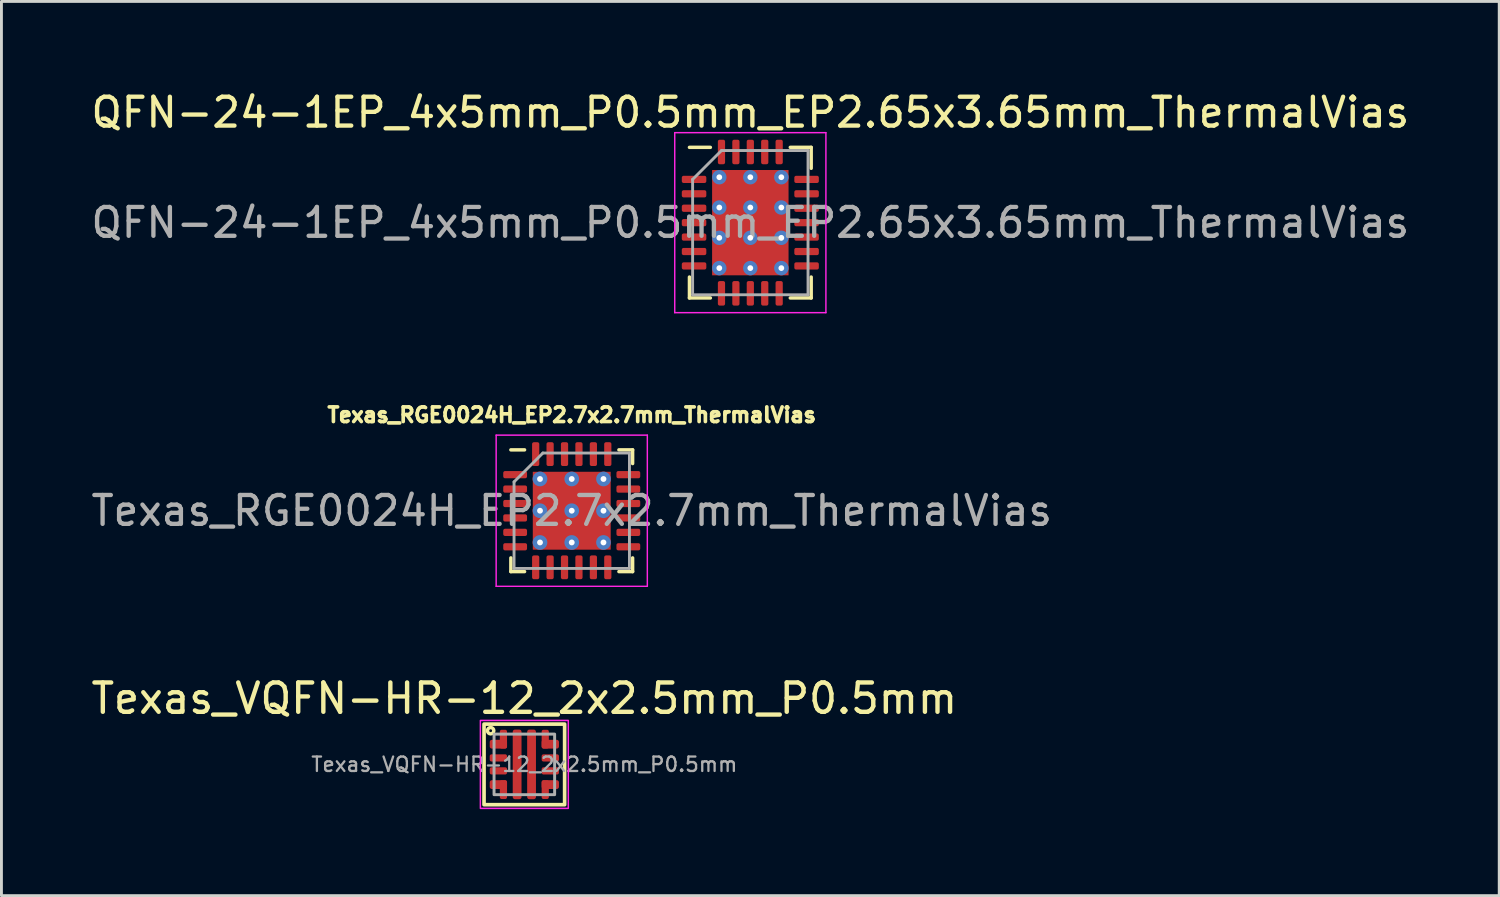
<source format=kicad_pcb>
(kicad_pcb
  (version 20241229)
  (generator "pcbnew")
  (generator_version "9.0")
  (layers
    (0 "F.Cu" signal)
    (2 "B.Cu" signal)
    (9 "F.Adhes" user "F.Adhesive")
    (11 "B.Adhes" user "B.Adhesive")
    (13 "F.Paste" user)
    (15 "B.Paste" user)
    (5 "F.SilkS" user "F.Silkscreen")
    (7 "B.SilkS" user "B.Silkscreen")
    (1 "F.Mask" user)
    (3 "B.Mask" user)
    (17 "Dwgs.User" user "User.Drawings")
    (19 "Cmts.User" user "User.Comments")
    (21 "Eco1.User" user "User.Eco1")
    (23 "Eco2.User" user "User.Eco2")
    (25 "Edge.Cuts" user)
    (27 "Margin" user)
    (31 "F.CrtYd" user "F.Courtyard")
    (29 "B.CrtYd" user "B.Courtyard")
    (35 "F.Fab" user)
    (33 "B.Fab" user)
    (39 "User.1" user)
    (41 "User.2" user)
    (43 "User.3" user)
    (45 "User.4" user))
  (footprint "QFN-24-1EP_4x5mm_P0.5mm_EP2.65x3.65mm_ThermalVias"
    (layer "F.Cu")
    (at 22.958 4.668)
    (property "Reference" "QFN-24-1EP_4x5mm_P0.5mm_EP2.65x3.65mm_ThermalVias" (at 0 -3.82 0) (layer "F.SilkS") (effects (font (size 1 1) (thickness 0.15))))
    (attr smd)
    (fp_line (start -2.11 2.61) (end -2.11 1.885) (stroke (width 0.12) (type solid)) (layer "F.SilkS"))
    (fp_line (start -1.385 -2.61) (end -2.11 -2.61) (stroke (width 0.12) (type solid)) (layer "F.SilkS"))
    (fp_line (start -1.385 2.61) (end -2.11 2.61) (stroke (width 0.12) (type solid)) (layer "F.SilkS"))
    (fp_line (start 1.385 -2.61) (end 2.11 -2.61) (stroke (width 0.12) (type solid)) (layer "F.SilkS"))
    (fp_line (start 1.385 2.61) (end 2.11 2.61) (stroke (width 0.12) (type solid)) (layer "F.SilkS"))
    (fp_line (start 2.11 -2.61) (end 2.11 -1.885) (stroke (width 0.12) (type solid)) (layer "F.SilkS"))
    (fp_line (start 2.11 2.61) (end 2.11 1.885) (stroke (width 0.12) (type solid)) (layer "F.SilkS"))
    (fp_line (start -2.62 -3.12) (end -2.62 3.12) (stroke (width 0.05) (type solid)) (layer "F.CrtYd"))
    (fp_line (start -2.62 3.12) (end 2.62 3.12) (stroke (width 0.05) (type solid)) (layer "F.CrtYd"))
    (fp_line (start 2.62 -3.12) (end -2.62 -3.12) (stroke (width 0.05) (type solid)) (layer "F.CrtYd"))
    (fp_line (start 2.62 3.12) (end 2.62 -3.12) (stroke (width 0.05) (type solid)) (layer "F.CrtYd"))
    (fp_line (start -2 -1.5) (end -1 -2.5) (stroke (width 0.1) (type solid)) (layer "F.Fab"))
    (fp_line (start -2 2.5) (end -2 -1.5) (stroke (width 0.1) (type solid)) (layer "F.Fab"))
    (fp_line (start -1 -2.5) (end 2 -2.5) (stroke (width 0.1) (type solid)) (layer "F.Fab"))
    (fp_line (start 2 -2.5) (end 2 2.5) (stroke (width 0.1) (type solid)) (layer "F.Fab"))
    (fp_line (start 2 2.5) (end -2 2.5) (stroke (width 0.1) (type solid)) (layer "F.Fab"))
    (fp_text user "${REFERENCE}" (at 0 0 0) (layer "F.Fab") (effects (font (size 1 1) (thickness 0.15))))
    (pad "" smd roundrect (at -0.66 -1.22) (size 1.15 1.05) (layers "F.Paste") (roundrect_rratio 0.238))
    (pad "" smd roundrect (at -0.66 0) (size 1.15 1.05) (layers "F.Paste") (roundrect_rratio 0.238))
    (pad "" smd roundrect (at -0.66 1.22) (size 1.15 1.05) (layers "F.Paste") (roundrect_rratio 0.238))
    (pad "" smd roundrect (at 0.66 -1.22) (size 1.15 1.05) (layers "F.Paste") (roundrect_rratio 0.238))
    (pad "" smd roundrect (at 0.66 0) (size 1.15 1.05) (layers "F.Paste") (roundrect_rratio 0.238))
    (pad "" smd roundrect (at 0.66 1.22) (size 1.15 1.05) (layers "F.Paste") (roundrect_rratio 0.238))
    (pad "1" smd roundrect (at -1.95 -1.5) (size 0.85 0.25) (layers "F.Cu" "F.Mask" "F.Paste") (roundrect_rratio 0.25))
    (pad "2" smd roundrect (at -1.95 -1) (size 0.85 0.25) (layers "F.Cu" "F.Mask" "F.Paste") (roundrect_rratio 0.25))
    (pad "3" smd roundrect (at -1.95 -0.5) (size 0.85 0.25) (layers "F.Cu" "F.Mask" "F.Paste") (roundrect_rratio 0.25))
    (pad "4" smd roundrect (at -1.95 0) (size 0.85 0.25) (layers "F.Cu" "F.Mask" "F.Paste") (roundrect_rratio 0.25))
    (pad "5" smd roundrect (at -1.95 0.5) (size 0.85 0.25) (layers "F.Cu" "F.Mask" "F.Paste") (roundrect_rratio 0.25))
    (pad "6" smd roundrect (at -1.95 1) (size 0.85 0.25) (layers "F.Cu" "F.Mask" "F.Paste") (roundrect_rratio 0.25))
    (pad "7" smd roundrect (at -1.95 1.5) (size 0.85 0.25) (layers "F.Cu" "F.Mask" "F.Paste") (roundrect_rratio 0.25))
    (pad "8" smd roundrect (at -1 2.45) (size 0.25 0.85) (layers "F.Cu" "F.Mask" "F.Paste") (roundrect_rratio 0.25))
    (pad "9" smd roundrect (at -0.5 2.45) (size 0.25 0.85) (layers "F.Cu" "F.Mask" "F.Paste") (roundrect_rratio 0.25))
    (pad "10" smd roundrect (at 0 2.45) (size 0.25 0.85) (layers "F.Cu" "F.Mask" "F.Paste") (roundrect_rratio 0.25))
    (pad "11" smd roundrect (at 0.5 2.45) (size 0.25 0.85) (layers "F.Cu" "F.Mask" "F.Paste") (roundrect_rratio 0.25))
    (pad "12" smd roundrect (at 1 2.45) (size 0.25 0.85) (layers "F.Cu" "F.Mask" "F.Paste") (roundrect_rratio 0.25))
    (pad "13" smd roundrect (at 1.95 1.5) (size 0.85 0.25) (layers "F.Cu" "F.Mask" "F.Paste") (roundrect_rratio 0.25))
    (pad "14" smd roundrect (at 1.95 1) (size 0.85 0.25) (layers "F.Cu" "F.Mask" "F.Paste") (roundrect_rratio 0.25))
    (pad "15" smd roundrect (at 1.95 0.5) (size 0.85 0.25) (layers "F.Cu" "F.Mask" "F.Paste") (roundrect_rratio 0.25))
    (pad "16" smd roundrect (at 1.95 0) (size 0.85 0.25) (layers "F.Cu" "F.Mask" "F.Paste") (roundrect_rratio 0.25))
    (pad "17" smd roundrect (at 1.95 -0.5) (size 0.85 0.25) (layers "F.Cu" "F.Mask" "F.Paste") (roundrect_rratio 0.25))
    (pad "18" smd roundrect (at 1.95 -1) (size 0.85 0.25) (layers "F.Cu" "F.Mask" "F.Paste") (roundrect_rratio 0.25))
    (pad "19" smd roundrect (at 1.95 -1.5) (size 0.85 0.25) (layers "F.Cu" "F.Mask" "F.Paste") (roundrect_rratio 0.25))
    (pad "20" smd roundrect (at 1 -2.45) (size 0.25 0.85) (layers "F.Cu" "F.Mask" "F.Paste") (roundrect_rratio 0.25))
    (pad "21" smd roundrect (at 0.5 -2.45) (size 0.25 0.85) (layers "F.Cu" "F.Mask" "F.Paste") (roundrect_rratio 0.25))
    (pad "22" smd roundrect (at 0 -2.45) (size 0.25 0.85) (layers "F.Cu" "F.Mask" "F.Paste") (roundrect_rratio 0.25))
    (pad "23" smd roundrect (at -0.5 -2.45) (size 0.25 0.85) (layers "F.Cu" "F.Mask" "F.Paste") (roundrect_rratio 0.25))
    (pad "24" smd roundrect (at -1 -2.45) (size 0.25 0.85) (layers "F.Cu" "F.Mask" "F.Paste") (roundrect_rratio 0.25))
    (pad "25" thru_hole circle (at -1.075 -1.575) (size 0.5 0.5) (drill 0.2) (layers "*.Cu"))
    (pad "25" thru_hole circle (at -1.075 -0.525) (size 0.5 0.5) (drill 0.2) (layers "*.Cu"))
    (pad "25" thru_hole circle (at -1.075 0.525) (size 0.5 0.5) (drill 0.2) (layers "*.Cu"))
    (pad "25" thru_hole circle (at -1.075 1.575) (size 0.5 0.5) (drill 0.2) (layers "*.Cu"))
    (pad "25" thru_hole circle (at 0 -1.575) (size 0.5 0.5) (drill 0.2) (layers "*.Cu"))
    (pad "25" thru_hole circle (at 0 -0.525) (size 0.5 0.5) (drill 0.2) (layers "*.Cu"))
    (pad "25" smd rect (at 0 0) (size 2.65 3.65) (layers "F.Cu" "F.Mask"))
    (pad "25" thru_hole circle (at 0 0.525) (size 0.5 0.5) (drill 0.2) (layers "*.Cu"))
    (pad "25" thru_hole circle (at 0 1.575) (size 0.5 0.5) (drill 0.2) (layers "*.Cu"))
    (pad "25" thru_hole circle (at 1.075 -1.575) (size 0.5 0.5) (drill 0.2) (layers "*.Cu"))
    (pad "25" thru_hole circle (at 1.075 -0.525) (size 0.5 0.5) (drill 0.2) (layers "*.Cu"))
    (pad "25" thru_hole circle (at 1.075 0.525) (size 0.5 0.5) (drill 0.2) (layers "*.Cu"))
    (pad "25" thru_hole circle (at 1.075 1.575) (size 0.5 0.5) (drill 0.2) (layers "*.Cu")))
  (footprint "Texas_VQFN-HR-12_2x2.5mm_P0.5mm"
    (layer "F.Cu")
    (at 15.125 23.446)
    (property "Reference" "Texas_VQFN-HR-12_2x2.5mm_P0.5mm" (at 0 -2.286 0) (layer "F.SilkS") (effects (font (size 1.016 1.016) (thickness 0.152))))
    (attr smd)
    (fp_rect (start -1.397 -1.397) (end 1.397 1.397) (stroke (width 0.127) (type default)) (fill no) (layer "F.SilkS"))
    (fp_circle (center -1.168 -1.168) (end -1.118 -1.168) (stroke (width 0.12) (type solid)) (fill no) (layer "F.SilkS"))
    (fp_rect (start -1.524 -1.524) (end 1.524 1.524) (stroke (width 0.051) (type default)) (fill no) (layer "F.CrtYd"))
    (fp_rect (start -1.05 -1.05) (end 1.05 1.05) (stroke (width 0.102) (type default)) (fill no) (layer "F.Fab"))
    (fp_text user "${REFERENCE}" (at 0 0 180) (layer "F.Fab") (effects (font (size 0.5 0.5) (thickness 0.08))))
    (pad "1" smd roundrect (at -0.9 -0.7) (size 0.6 0.305) (layers "F.Cu" "F.Mask" "F.Paste") (roundrect_rratio 0.25))
    (pad "1" smd roundrect (at -0.725 -0.875) (size 0.25 0.65) (layers "F.Cu" "F.Mask" "F.Paste") (roundrect_rratio 0.25))
    (pad "2" smd roundrect (at -0.9 -0.225) (size 0.6 0.25) (layers "F.Cu" "F.Mask" "F.Paste") (roundrect_rratio 0.25))
    (pad "3" smd roundrect (at -0.9 0.225) (size 0.6 0.25) (layers "F.Cu" "F.Mask" "F.Paste") (roundrect_rratio 0.25))
    (pad "4" smd roundrect (at -0.9 0.7) (size 0.6 0.305) (layers "F.Cu" "F.Mask" "F.Paste") (roundrect_rratio 0.25))
    (pad "4" smd roundrect (at -0.725 0.875) (size 0.25 0.65) (layers "F.Cu" "F.Mask" "F.Paste") (roundrect_rratio 0.25))
    (pad "5" smd roundrect (at -0.25 0) (size 0.305 2.413) (layers "F.Cu" "F.Mask" "F.Paste") (roundrect_rratio 0.25))
    (pad "6" smd roundrect (at 0.25 0) (size 0.305 2.413) (layers "F.Cu" "F.Mask" "F.Paste") (roundrect_rratio 0.25))
    (pad "7" smd roundrect (at 0.725 0.875) (size 0.25 0.65) (layers "F.Cu" "F.Mask" "F.Paste") (roundrect_rratio 0.25))
    (pad "7" smd roundrect (at 0.9 0.7) (size 0.6 0.305) (layers "F.Cu" "F.Mask" "F.Paste") (roundrect_rratio 0.25))
    (pad "8" smd roundrect (at 0.9 0.225) (size 0.6 0.25) (layers "F.Cu" "F.Mask" "F.Paste") (roundrect_rratio 0.25))
    (pad "9" smd roundrect (at 0.9 -0.225) (size 0.6 0.25) (layers "F.Cu" "F.Mask" "F.Paste") (roundrect_rratio 0.25))
    (pad "10" smd roundrect (at 0.725 -0.875) (size 0.25 0.65) (layers "F.Cu" "F.Mask" "F.Paste") (roundrect_rratio 0.25))
    (pad "10" smd roundrect (at 0.9 -0.7) (size 0.6 0.305) (layers "F.Cu" "F.Mask" "F.Paste") (roundrect_rratio 0.25)))
  (footprint "Texas_RGE0024H_EP2.7x2.7mm_ThermalVias"
    (layer "F.Cu")
    (at 16.768 14.653)
    (property "Reference" "Texas_RGE0024H_EP2.7x2.7mm_ThermalVias" (at 0 -3.32 0) (layer "F.SilkS") (effects (font (size 0.508 0.508) (thickness 0.127))))
    (attr smd)
    (fp_line (start -2.11 2.11) (end -2.11 1.635) (stroke (width 0.12) (type solid)) (layer "F.SilkS"))
    (fp_line (start -1.635 -2.11) (end -2.11 -2.11) (stroke (width 0.12) (type solid)) (layer "F.SilkS"))
    (fp_line (start -1.635 2.11) (end -2.11 2.11) (stroke (width 0.12) (type solid)) (layer "F.SilkS"))
    (fp_line (start 1.635 -2.11) (end 2.11 -2.11) (stroke (width 0.12) (type solid)) (layer "F.SilkS"))
    (fp_line (start 1.635 2.11) (end 2.11 2.11) (stroke (width 0.12) (type solid)) (layer "F.SilkS"))
    (fp_line (start 2.11 -2.11) (end 2.11 -1.635) (stroke (width 0.12) (type solid)) (layer "F.SilkS"))
    (fp_line (start 2.11 2.11) (end 2.11 1.635) (stroke (width 0.12) (type solid)) (layer "F.SilkS"))
    (fp_line (start -2.62 -2.62) (end -2.62 2.62) (stroke (width 0.05) (type solid)) (layer "F.CrtYd"))
    (fp_line (start -2.62 2.62) (end 2.62 2.62) (stroke (width 0.05) (type solid)) (layer "F.CrtYd"))
    (fp_line (start 2.62 -2.62) (end -2.62 -2.62) (stroke (width 0.05) (type solid)) (layer "F.CrtYd"))
    (fp_line (start 2.62 2.62) (end 2.62 -2.62) (stroke (width 0.05) (type solid)) (layer "F.CrtYd"))
    (fp_line (start -2 -1) (end -1 -2) (stroke (width 0.1) (type solid)) (layer "F.Fab"))
    (fp_line (start -2 2) (end -2 -1) (stroke (width 0.1) (type solid)) (layer "F.Fab"))
    (fp_line (start -1 -2) (end 2 -2) (stroke (width 0.1) (type solid)) (layer "F.Fab"))
    (fp_line (start 2 -2) (end 2 2) (stroke (width 0.1) (type solid)) (layer "F.Fab"))
    (fp_line (start 2 2) (end -2 2) (stroke (width 0.1) (type solid)) (layer "F.Fab"))
    (fp_text user "${REFERENCE}" (at 0 0 0) (layer "F.Fab") (effects (font (size 1 1) (thickness 0.15))))
    (pad "" smd roundrect (at -0.675 -0.675) (size 1.17 1.17) (layers "F.Paste") (roundrect_rratio 0.214))
    (pad "" smd roundrect (at -0.675 0.675) (size 1.17 1.17) (layers "F.Paste") (roundrect_rratio 0.214))
    (pad "" smd roundrect (at 0.675 -0.675) (size 1.17 1.17) (layers "F.Paste") (roundrect_rratio 0.214))
    (pad "" smd roundrect (at 0.675 0.675) (size 1.17 1.17) (layers "F.Paste") (roundrect_rratio 0.214))
    (pad "1" smd roundrect (at -1.962 -1.25) (size 0.825 0.25) (layers "F.Cu" "F.Mask" "F.Paste") (roundrect_rratio 0.25))
    (pad "2" smd roundrect (at -1.962 -0.75) (size 0.825 0.25) (layers "F.Cu" "F.Mask" "F.Paste") (roundrect_rratio 0.25))
    (pad "3" smd roundrect (at -1.962 -0.25) (size 0.825 0.25) (layers "F.Cu" "F.Mask" "F.Paste") (roundrect_rratio 0.25))
    (pad "4" smd roundrect (at -1.962 0.25) (size 0.825 0.25) (layers "F.Cu" "F.Mask" "F.Paste") (roundrect_rratio 0.25))
    (pad "5" smd roundrect (at -1.962 0.75) (size 0.825 0.25) (layers "F.Cu" "F.Mask" "F.Paste") (roundrect_rratio 0.25))
    (pad "6" smd roundrect (at -1.962 1.25) (size 0.825 0.25) (layers "F.Cu" "F.Mask" "F.Paste") (roundrect_rratio 0.25))
    (pad "7" smd roundrect (at -1.25 1.962) (size 0.25 0.825) (layers "F.Cu" "F.Mask" "F.Paste") (roundrect_rratio 0.25))
    (pad "8" smd roundrect (at -0.75 1.962) (size 0.25 0.825) (layers "F.Cu" "F.Mask" "F.Paste") (roundrect_rratio 0.25))
    (pad "9" smd roundrect (at -0.25 1.962) (size 0.25 0.825) (layers "F.Cu" "F.Mask" "F.Paste") (roundrect_rratio 0.25))
    (pad "10" smd roundrect (at 0.25 1.962) (size 0.25 0.825) (layers "F.Cu" "F.Mask" "F.Paste") (roundrect_rratio 0.25))
    (pad "11" smd roundrect (at 0.75 1.962) (size 0.25 0.825) (layers "F.Cu" "F.Mask" "F.Paste") (roundrect_rratio 0.25))
    (pad "12" smd roundrect (at 1.25 1.962) (size 0.25 0.825) (layers "F.Cu" "F.Mask" "F.Paste") (roundrect_rratio 0.25))
    (pad "13" smd roundrect (at 1.962 1.25) (size 0.825 0.25) (layers "F.Cu" "F.Mask" "F.Paste") (roundrect_rratio 0.25))
    (pad "14" smd roundrect (at 1.962 0.75) (size 0.825 0.25) (layers "F.Cu" "F.Mask" "F.Paste") (roundrect_rratio 0.25))
    (pad "15" smd roundrect (at 1.962 0.25) (size 0.825 0.25) (layers "F.Cu" "F.Mask" "F.Paste") (roundrect_rratio 0.25))
    (pad "16" smd roundrect (at 1.962 -0.25) (size 0.825 0.25) (layers "F.Cu" "F.Mask" "F.Paste") (roundrect_rratio 0.25))
    (pad "17" smd roundrect (at 1.962 -0.75) (size 0.825 0.25) (layers "F.Cu" "F.Mask" "F.Paste") (roundrect_rratio 0.25))
    (pad "18" smd roundrect (at 1.962 -1.25) (size 0.825 0.25) (layers "F.Cu" "F.Mask" "F.Paste") (roundrect_rratio 0.25))
    (pad "19" smd roundrect (at 1.25 -1.962) (size 0.25 0.825) (layers "F.Cu" "F.Mask" "F.Paste") (roundrect_rratio 0.25))
    (pad "20" smd roundrect (at 0.75 -1.962) (size 0.25 0.825) (layers "F.Cu" "F.Mask" "F.Paste") (roundrect_rratio 0.25))
    (pad "21" smd roundrect (at 0.25 -1.962) (size 0.25 0.825) (layers "F.Cu" "F.Mask" "F.Paste") (roundrect_rratio 0.25))
    (pad "22" smd roundrect (at -0.25 -1.962) (size 0.25 0.825) (layers "F.Cu" "F.Mask" "F.Paste") (roundrect_rratio 0.25))
    (pad "23" smd roundrect (at -0.75 -1.962) (size 0.25 0.825) (layers "F.Cu" "F.Mask" "F.Paste") (roundrect_rratio 0.25))
    (pad "24" smd roundrect (at -1.25 -1.962) (size 0.25 0.825) (layers "F.Cu" "F.Mask" "F.Paste") (roundrect_rratio 0.25))
    (pad "25" thru_hole circle (at -1.1 -1.1) (size 0.508 0.508) (drill 0.203) (layers "*.Cu"))
    (pad "25" thru_hole circle (at -1.1 0) (size 0.508 0.508) (drill 0.203) (layers "*.Cu"))
    (pad "25" thru_hole circle (at -1.1 1.1) (size 0.508 0.508) (drill 0.203) (layers "*.Cu"))
    (pad "25" thru_hole circle (at 0 -1.1) (size 0.508 0.508) (drill 0.203) (layers "*.Cu"))
    (pad "25" thru_hole circle (at 0 0) (size 0.508 0.508) (drill 0.203) (layers "*.Cu"))
    (pad "25" smd rect (at 0 0) (size 2.7 2.7) (layers "F.Cu" "F.Mask"))
    (pad "25" thru_hole circle (at 0 1.1) (size 0.508 0.508) (drill 0.203) (layers "*.Cu"))
    (pad "25" thru_hole circle (at 1.1 -1.1) (size 0.508 0.508) (drill 0.203) (layers "*.Cu"))
    (pad "25" thru_hole circle (at 1.1 0) (size 0.508 0.508) (drill 0.203) (layers "*.Cu"))
    (pad "25" thru_hole circle (at 1.1 1.1) (size 0.508 0.508) (drill 0.203) (layers "*.Cu")))
  (gr_rect
    (start -3 -3)
    (end 48.917 27.996)
    (stroke (width 0.1) (type default))
    (fill no)
    (layer "Edge.Cuts")))
</source>
